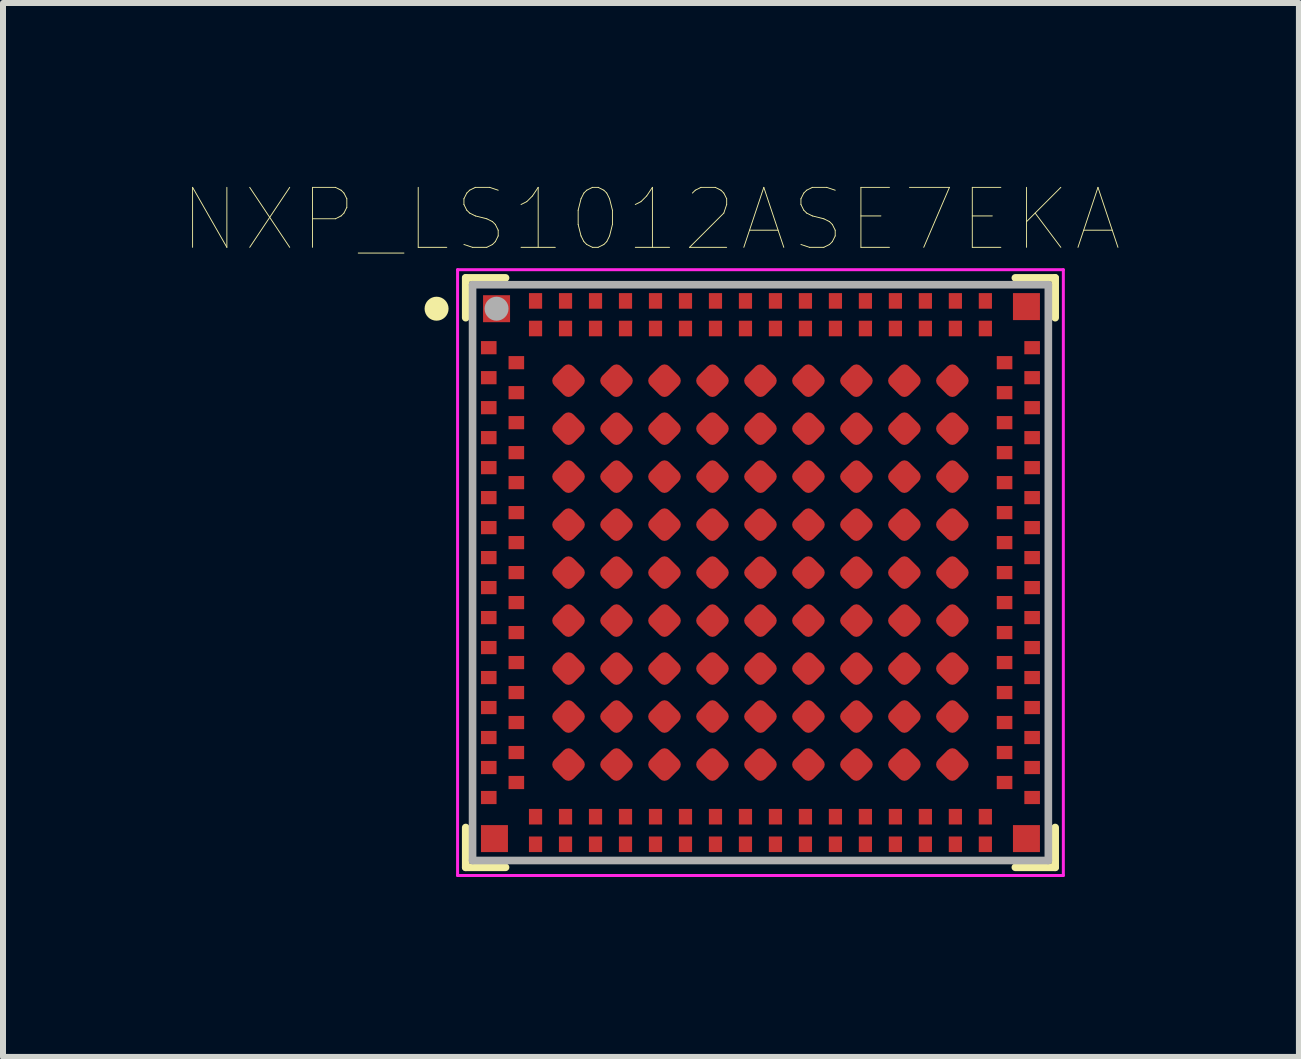
<source format=kicad_pcb>
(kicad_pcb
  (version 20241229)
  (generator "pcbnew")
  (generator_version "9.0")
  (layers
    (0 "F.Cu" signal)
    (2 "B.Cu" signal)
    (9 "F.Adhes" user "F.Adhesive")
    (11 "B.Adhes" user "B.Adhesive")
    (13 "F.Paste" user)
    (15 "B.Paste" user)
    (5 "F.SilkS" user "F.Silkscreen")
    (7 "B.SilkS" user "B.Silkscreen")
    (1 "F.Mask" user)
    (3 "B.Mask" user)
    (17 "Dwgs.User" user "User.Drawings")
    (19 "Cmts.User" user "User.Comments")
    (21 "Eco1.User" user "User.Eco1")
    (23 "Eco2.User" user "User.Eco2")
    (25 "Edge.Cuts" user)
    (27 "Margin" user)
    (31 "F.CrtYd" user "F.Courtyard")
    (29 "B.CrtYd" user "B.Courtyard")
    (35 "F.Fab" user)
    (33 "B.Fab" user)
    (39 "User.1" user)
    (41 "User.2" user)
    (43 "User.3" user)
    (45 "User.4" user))
  (footprint "NXP_LS1012ASE7EKA"
    (layer "F.Cu")
    (at 9.629 6.497)
    (property "Reference" "NXP_LS1012ASE7EKA" (at -1.825 -5.885 0) (layer "F.SilkS") (effects (font (size 1 1) (thickness 0.015))))
    (attr through_hole)
    (fp_line (start -4.914 -4.914) (end -4.25 -4.914) (stroke (width 0.127) (type solid)) (layer "F.SilkS"))
    (fp_line (start -4.914 -4.25) (end -4.914 -4.914) (stroke (width 0.127) (type solid)) (layer "F.SilkS"))
    (fp_line (start -4.914 4.25) (end -4.914 4.914) (stroke (width 0.127) (type solid)) (layer "F.SilkS"))
    (fp_line (start -4.914 4.914) (end -4.25 4.914) (stroke (width 0.127) (type solid)) (layer "F.SilkS"))
    (fp_line (start 4.25 -4.914) (end 4.914 -4.914) (stroke (width 0.127) (type solid)) (layer "F.SilkS"))
    (fp_line (start 4.914 -4.914) (end 4.914 -4.25) (stroke (width 0.127) (type solid)) (layer "F.SilkS"))
    (fp_line (start 4.914 4.25) (end 4.914 4.914) (stroke (width 0.127) (type solid)) (layer "F.SilkS"))
    (fp_line (start 4.914 4.914) (end 4.25 4.914) (stroke (width 0.127) (type solid)) (layer "F.SilkS"))
    (fp_circle (center -5.4 -4.4) (end -5.3 -4.4) (stroke (width 0.2) (type solid)) (fill no) (layer "F.SilkS"))
    (fp_line (start -5.05 -5.05) (end 5.05 -5.05) (stroke (width 0.05) (type solid)) (layer "F.CrtYd"))
    (fp_line (start -5.05 5.05) (end -5.05 -5.05) (stroke (width 0.05) (type solid)) (layer "F.CrtYd"))
    (fp_line (start 5.05 -5.05) (end 5.05 5.05) (stroke (width 0.05) (type solid)) (layer "F.CrtYd"))
    (fp_line (start 5.05 5.05) (end -5.05 5.05) (stroke (width 0.05) (type solid)) (layer "F.CrtYd"))
    (fp_line (start -4.8 -4.8) (end 4.8 -4.8) (stroke (width 0.127) (type solid)) (layer "F.Fab"))
    (fp_line (start -4.8 4.8) (end -4.8 -4.8) (stroke (width 0.127) (type solid)) (layer "F.Fab"))
    (fp_line (start 4.8 -4.8) (end 4.8 4.8) (stroke (width 0.127) (type solid)) (layer "F.Fab"))
    (fp_line (start 4.8 4.8) (end -4.8 4.8) (stroke (width 0.127) (type solid)) (layer "F.Fab"))
    (fp_circle (center -4.4 -4.4) (end -4.3 -4.4) (stroke (width 0.2) (type solid)) (fill no) (layer "F.Fab"))
    (pad "1" smd rect (at -4.4 -4.4) (size 0.45 0.45) (layers "F.Cu" "F.Mask" "F.Paste"))
    (pad "2" smd rect (at -4.53 -3.75) (size 0.26 0.22) (layers "F.Cu" "F.Mask" "F.Paste"))
    (pad "3" smd rect (at -4.53 -3.25) (size 0.26 0.22) (layers "F.Cu" "F.Mask" "F.Paste"))
    (pad "4" smd rect (at -4.53 -2.75) (size 0.26 0.22) (layers "F.Cu" "F.Mask" "F.Paste"))
    (pad "5" smd rect (at -4.53 -2.25) (size 0.26 0.22) (layers "F.Cu" "F.Mask" "F.Paste"))
    (pad "6" smd rect (at -4.53 -1.75) (size 0.26 0.22) (layers "F.Cu" "F.Mask" "F.Paste"))
    (pad "7" smd rect (at -4.53 -1.25) (size 0.26 0.22) (layers "F.Cu" "F.Mask" "F.Paste"))
    (pad "8" smd rect (at -4.53 -0.75) (size 0.26 0.22) (layers "F.Cu" "F.Mask" "F.Paste"))
    (pad "9" smd rect (at -4.53 -0.25) (size 0.26 0.22) (layers "F.Cu" "F.Mask" "F.Paste"))
    (pad "10" smd rect (at -4.53 0.25) (size 0.26 0.22) (layers "F.Cu" "F.Mask" "F.Paste"))
    (pad "11" smd rect (at -4.53 0.75) (size 0.26 0.22) (layers "F.Cu" "F.Mask" "F.Paste"))
    (pad "12" smd rect (at -4.53 1.25) (size 0.26 0.22) (layers "F.Cu" "F.Mask" "F.Paste"))
    (pad "13" smd rect (at -4.53 1.75) (size 0.26 0.22) (layers "F.Cu" "F.Mask" "F.Paste"))
    (pad "14" smd rect (at -4.53 2.25) (size 0.26 0.22) (layers "F.Cu" "F.Mask" "F.Paste"))
    (pad "15" smd rect (at -4.53 2.75) (size 0.26 0.22) (layers "F.Cu" "F.Mask" "F.Paste"))
    (pad "16" smd rect (at -4.53 3.25) (size 0.26 0.22) (layers "F.Cu" "F.Mask" "F.Paste"))
    (pad "17" smd rect (at -4.53 3.75) (size 0.26 0.22) (layers "F.Cu" "F.Mask" "F.Paste"))
    (pad "18" smd rect (at -4.435 4.435) (size 0.45 0.45) (layers "F.Cu" "F.Mask" "F.Paste"))
    (pad "19" smd rect (at -3.75 4.53) (size 0.22 0.26) (layers "F.Cu" "F.Mask" "F.Paste"))
    (pad "20" smd rect (at -3.25 4.53) (size 0.22 0.26) (layers "F.Cu" "F.Mask" "F.Paste"))
    (pad "21" smd rect (at -2.75 4.53) (size 0.22 0.26) (layers "F.Cu" "F.Mask" "F.Paste"))
    (pad "22" smd rect (at -2.25 4.53) (size 0.22 0.26) (layers "F.Cu" "F.Mask" "F.Paste"))
    (pad "23" smd rect (at -1.75 4.53) (size 0.22 0.26) (layers "F.Cu" "F.Mask" "F.Paste"))
    (pad "24" smd rect (at -1.25 4.53) (size 0.22 0.26) (layers "F.Cu" "F.Mask" "F.Paste"))
    (pad "25" smd rect (at -0.75 4.53) (size 0.22 0.26) (layers "F.Cu" "F.Mask" "F.Paste"))
    (pad "26" smd rect (at -0.25 4.53) (size 0.22 0.26) (layers "F.Cu" "F.Mask" "F.Paste"))
    (pad "27" smd rect (at 0.25 4.53) (size 0.22 0.26) (layers "F.Cu" "F.Mask" "F.Paste"))
    (pad "28" smd rect (at 0.75 4.53) (size 0.22 0.26) (layers "F.Cu" "F.Mask" "F.Paste"))
    (pad "29" smd rect (at 1.25 4.53) (size 0.22 0.26) (layers "F.Cu" "F.Mask" "F.Paste"))
    (pad "30" smd rect (at 1.75 4.53) (size 0.22 0.26) (layers "F.Cu" "F.Mask" "F.Paste"))
    (pad "31" smd rect (at 2.25 4.53) (size 0.22 0.26) (layers "F.Cu" "F.Mask" "F.Paste"))
    (pad "32" smd rect (at 2.75 4.53) (size 0.22 0.26) (layers "F.Cu" "F.Mask" "F.Paste"))
    (pad "33" smd rect (at 3.25 4.53) (size 0.22 0.26) (layers "F.Cu" "F.Mask" "F.Paste"))
    (pad "34" smd rect (at 3.75 4.53) (size 0.22 0.26) (layers "F.Cu" "F.Mask" "F.Paste"))
    (pad "35" smd rect (at 4.435 4.435) (size 0.45 0.45) (layers "F.Cu" "F.Mask" "F.Paste"))
    (pad "36" smd rect (at 4.53 3.75) (size 0.26 0.22) (layers "F.Cu" "F.Mask" "F.Paste"))
    (pad "37" smd rect (at 4.53 3.25) (size 0.26 0.22) (layers "F.Cu" "F.Mask" "F.Paste"))
    (pad "38" smd rect (at 4.53 2.75) (size 0.26 0.22) (layers "F.Cu" "F.Mask" "F.Paste"))
    (pad "39" smd rect (at 4.53 2.25) (size 0.26 0.22) (layers "F.Cu" "F.Mask" "F.Paste"))
    (pad "40" smd rect (at 4.53 1.75) (size 0.26 0.22) (layers "F.Cu" "F.Mask" "F.Paste"))
    (pad "41" smd rect (at 4.53 1.25) (size 0.26 0.22) (layers "F.Cu" "F.Mask" "F.Paste"))
    (pad "42" smd rect (at 4.53 0.75) (size 0.26 0.22) (layers "F.Cu" "F.Mask" "F.Paste"))
    (pad "43" smd rect (at 4.53 0.25) (size 0.26 0.22) (layers "F.Cu" "F.Mask" "F.Paste"))
    (pad "44" smd rect (at 4.53 -0.25) (size 0.26 0.22) (layers "F.Cu" "F.Mask" "F.Paste"))
    (pad "45" smd rect (at 4.53 -0.75) (size 0.26 0.22) (layers "F.Cu" "F.Mask" "F.Paste"))
    (pad "46" smd rect (at 4.53 -1.25) (size 0.26 0.22) (layers "F.Cu" "F.Mask" "F.Paste"))
    (pad "47" smd rect (at 4.53 -1.75) (size 0.26 0.22) (layers "F.Cu" "F.Mask" "F.Paste"))
    (pad "48" smd rect (at 4.53 -2.25) (size 0.26 0.22) (layers "F.Cu" "F.Mask" "F.Paste"))
    (pad "49" smd rect (at 4.53 -2.75) (size 0.26 0.22) (layers "F.Cu" "F.Mask" "F.Paste"))
    (pad "50" smd rect (at 4.53 -3.25) (size 0.26 0.22) (layers "F.Cu" "F.Mask" "F.Paste"))
    (pad "51" smd rect (at 4.53 -3.75) (size 0.26 0.22) (layers "F.Cu" "F.Mask" "F.Paste"))
    (pad "52" smd rect (at 4.435 -4.435) (size 0.45 0.45) (layers "F.Cu" "F.Mask" "F.Paste"))
    (pad "53" smd rect (at 3.75 -4.53) (size 0.22 0.26) (layers "F.Cu" "F.Mask" "F.Paste"))
    (pad "54" smd rect (at 3.25 -4.53) (size 0.22 0.26) (layers "F.Cu" "F.Mask" "F.Paste"))
    (pad "55" smd rect (at 2.75 -4.53) (size 0.22 0.26) (layers "F.Cu" "F.Mask" "F.Paste"))
    (pad "56" smd rect (at 2.25 -4.53) (size 0.22 0.26) (layers "F.Cu" "F.Mask" "F.Paste"))
    (pad "57" smd rect (at 1.75 -4.53) (size 0.22 0.26) (layers "F.Cu" "F.Mask" "F.Paste"))
    (pad "58" smd rect (at 1.25 -4.53) (size 0.22 0.26) (layers "F.Cu" "F.Mask" "F.Paste"))
    (pad "59" smd rect (at 0.75 -4.53) (size 0.22 0.26) (layers "F.Cu" "F.Mask" "F.Paste"))
    (pad "60" smd rect (at 0.25 -4.53) (size 0.22 0.26) (layers "F.Cu" "F.Mask" "F.Paste"))
    (pad "61" smd rect (at -0.25 -4.53) (size 0.22 0.26) (layers "F.Cu" "F.Mask" "F.Paste"))
    (pad "62" smd rect (at -0.75 -4.53) (size 0.22 0.26) (layers "F.Cu" "F.Mask" "F.Paste"))
    (pad "63" smd rect (at -1.25 -4.53) (size 0.22 0.26) (layers "F.Cu" "F.Mask" "F.Paste"))
    (pad "64" smd rect (at -1.75 -4.53) (size 0.22 0.26) (layers "F.Cu" "F.Mask" "F.Paste"))
    (pad "65" smd rect (at -2.25 -4.53) (size 0.22 0.26) (layers "F.Cu" "F.Mask" "F.Paste"))
    (pad "66" smd rect (at -2.75 -4.53) (size 0.22 0.26) (layers "F.Cu" "F.Mask" "F.Paste"))
    (pad "67" smd rect (at -3.25 -4.53) (size 0.22 0.26) (layers "F.Cu" "F.Mask" "F.Paste"))
    (pad "68" smd rect (at -3.75 -4.53) (size 0.22 0.26) (layers "F.Cu" "F.Mask" "F.Paste"))
    (pad "69" smd rect (at -4.07 -3.5) (size 0.26 0.22) (layers "F.Cu" "F.Mask" "F.Paste"))
    (pad "70" smd rect (at -4.07 -3) (size 0.26 0.22) (layers "F.Cu" "F.Mask" "F.Paste"))
    (pad "71" smd rect (at -4.07 -2.5) (size 0.26 0.22) (layers "F.Cu" "F.Mask" "F.Paste"))
    (pad "72" smd rect (at -4.07 -2) (size 0.26 0.22) (layers "F.Cu" "F.Mask" "F.Paste"))
    (pad "73" smd rect (at -4.07 -1.5) (size 0.26 0.22) (layers "F.Cu" "F.Mask" "F.Paste"))
    (pad "74" smd rect (at -4.07 -1) (size 0.26 0.22) (layers "F.Cu" "F.Mask" "F.Paste"))
    (pad "75" smd rect (at -4.07 -0.5) (size 0.26 0.22) (layers "F.Cu" "F.Mask" "F.Paste"))
    (pad "76" smd rect (at -4.07 0) (size 0.26 0.22) (layers "F.Cu" "F.Mask" "F.Paste"))
    (pad "77" smd rect (at -4.07 0.5) (size 0.26 0.22) (layers "F.Cu" "F.Mask" "F.Paste"))
    (pad "78" smd rect (at -4.07 1) (size 0.26 0.22) (layers "F.Cu" "F.Mask" "F.Paste"))
    (pad "79" smd rect (at -4.07 1.5) (size 0.26 0.22) (layers "F.Cu" "F.Mask" "F.Paste"))
    (pad "80" smd rect (at -4.07 2) (size 0.26 0.22) (layers "F.Cu" "F.Mask" "F.Paste"))
    (pad "81" smd rect (at -4.07 2.5) (size 0.26 0.22) (layers "F.Cu" "F.Mask" "F.Paste"))
    (pad "82" smd rect (at -4.07 3) (size 0.26 0.22) (layers "F.Cu" "F.Mask" "F.Paste"))
    (pad "83" smd rect (at -4.07 3.5) (size 0.26 0.22) (layers "F.Cu" "F.Mask" "F.Paste"))
    (pad "84" smd rect (at -3.75 4.07) (size 0.22 0.26) (layers "F.Cu" "F.Mask" "F.Paste"))
    (pad "85" smd rect (at -3.25 4.07) (size 0.22 0.26) (layers "F.Cu" "F.Mask" "F.Paste"))
    (pad "86" smd rect (at -2.75 4.07) (size 0.22 0.26) (layers "F.Cu" "F.Mask" "F.Paste"))
    (pad "87" smd rect (at -2.25 4.07) (size 0.22 0.26) (layers "F.Cu" "F.Mask" "F.Paste"))
    (pad "88" smd rect (at -1.75 4.07) (size 0.22 0.26) (layers "F.Cu" "F.Mask" "F.Paste"))
    (pad "89" smd rect (at -1.25 4.07) (size 0.22 0.26) (layers "F.Cu" "F.Mask" "F.Paste"))
    (pad "90" smd rect (at -0.75 4.07) (size 0.22 0.26) (layers "F.Cu" "F.Mask" "F.Paste"))
    (pad "91" smd rect (at -0.25 4.07) (size 0.22 0.26) (layers "F.Cu" "F.Mask" "F.Paste"))
    (pad "92" smd rect (at 0.25 4.07) (size 0.22 0.26) (layers "F.Cu" "F.Mask" "F.Paste"))
    (pad "93" smd rect (at 0.75 4.07) (size 0.22 0.26) (layers "F.Cu" "F.Mask" "F.Paste"))
    (pad "94" smd rect (at 1.25 4.07) (size 0.22 0.26) (layers "F.Cu" "F.Mask" "F.Paste"))
    (pad "95" smd rect (at 1.75 4.07) (size 0.22 0.26) (layers "F.Cu" "F.Mask" "F.Paste"))
    (pad "96" smd rect (at 2.25 4.07) (size 0.22 0.26) (layers "F.Cu" "F.Mask" "F.Paste"))
    (pad "97" smd rect (at 2.75 4.07) (size 0.22 0.26) (layers "F.Cu" "F.Mask" "F.Paste"))
    (pad "98" smd rect (at 3.25 4.07) (size 0.22 0.26) (layers "F.Cu" "F.Mask" "F.Paste"))
    (pad "99" smd rect (at 3.75 4.07) (size 0.22 0.26) (layers "F.Cu" "F.Mask" "F.Paste"))
    (pad "100" smd rect (at 4.07 3.5) (size 0.26 0.22) (layers "F.Cu" "F.Mask" "F.Paste"))
    (pad "101" smd rect (at 4.07 3) (size 0.26 0.22) (layers "F.Cu" "F.Mask" "F.Paste"))
    (pad "102" smd rect (at 4.07 2.5) (size 0.26 0.22) (layers "F.Cu" "F.Mask" "F.Paste"))
    (pad "103" smd rect (at 4.07 2) (size 0.26 0.22) (layers "F.Cu" "F.Mask" "F.Paste"))
    (pad "104" smd rect (at 4.07 1.5) (size 0.26 0.22) (layers "F.Cu" "F.Mask" "F.Paste"))
    (pad "105" smd rect (at 4.07 1) (size 0.26 0.22) (layers "F.Cu" "F.Mask" "F.Paste"))
    (pad "106" smd rect (at 4.07 0.5) (size 0.26 0.22) (layers "F.Cu" "F.Mask" "F.Paste"))
    (pad "107" smd rect (at 4.07 0) (size 0.26 0.22) (layers "F.Cu" "F.Mask" "F.Paste"))
    (pad "108" smd rect (at 4.07 -0.5) (size 0.26 0.22) (layers "F.Cu" "F.Mask" "F.Paste"))
    (pad "109" smd rect (at 4.07 -1) (size 0.26 0.22) (layers "F.Cu" "F.Mask" "F.Paste"))
    (pad "110" smd rect (at 4.07 -1.5) (size 0.26 0.22) (layers "F.Cu" "F.Mask" "F.Paste"))
    (pad "111" smd rect (at 4.07 -2) (size 0.26 0.22) (layers "F.Cu" "F.Mask" "F.Paste"))
    (pad "112" smd rect (at 4.07 -2.5) (size 0.26 0.22) (layers "F.Cu" "F.Mask" "F.Paste"))
    (pad "113" smd rect (at 4.07 -3) (size 0.26 0.22) (layers "F.Cu" "F.Mask" "F.Paste"))
    (pad "114" smd rect (at 4.07 -3.5) (size 0.26 0.22) (layers "F.Cu" "F.Mask" "F.Paste"))
    (pad "115" smd rect (at 3.75 -4.07) (size 0.22 0.26) (layers "F.Cu" "F.Mask" "F.Paste"))
    (pad "116" smd rect (at 3.25 -4.07) (size 0.22 0.26) (layers "F.Cu" "F.Mask" "F.Paste"))
    (pad "117" smd rect (at 2.75 -4.07) (size 0.22 0.26) (layers "F.Cu" "F.Mask" "F.Paste"))
    (pad "118" smd rect (at 2.25 -4.07) (size 0.22 0.26) (layers "F.Cu" "F.Mask" "F.Paste"))
    (pad "119" smd rect (at 1.75 -4.07) (size 0.22 0.26) (layers "F.Cu" "F.Mask" "F.Paste"))
    (pad "120" smd rect (at 1.25 -4.07) (size 0.22 0.26) (layers "F.Cu" "F.Mask" "F.Paste"))
    (pad "121" smd rect (at 0.75 -4.07) (size 0.22 0.26) (layers "F.Cu" "F.Mask" "F.Paste"))
    (pad "122" smd rect (at 0.25 -4.07) (size 0.22 0.26) (layers "F.Cu" "F.Mask" "F.Paste"))
    (pad "123" smd rect (at -0.25 -4.07) (size 0.22 0.26) (layers "F.Cu" "F.Mask" "F.Paste"))
    (pad "124" smd rect (at -0.75 -4.07) (size 0.22 0.26) (layers "F.Cu" "F.Mask" "F.Paste"))
    (pad "125" smd rect (at -1.25 -4.07) (size 0.22 0.26) (layers "F.Cu" "F.Mask" "F.Paste"))
    (pad "126" smd rect (at -1.75 -4.07) (size 0.22 0.26) (layers "F.Cu" "F.Mask" "F.Paste"))
    (pad "127" smd rect (at -2.25 -4.07) (size 0.22 0.26) (layers "F.Cu" "F.Mask" "F.Paste"))
    (pad "128" smd rect (at -2.75 -4.07) (size 0.22 0.26) (layers "F.Cu" "F.Mask" "F.Paste"))
    (pad "129" smd rect (at -3.25 -4.07) (size 0.22 0.26) (layers "F.Cu" "F.Mask" "F.Paste"))
    (pad "130" smd rect (at -3.75 -4.07) (size 0.22 0.26) (layers "F.Cu" "F.Mask" "F.Paste"))
    (pad "131" smd roundrect (at -3.2 -3.2 45) (size 0.45 0.45) (layers "F.Cu" "F.Mask" "F.Paste") (roundrect_rratio 0.25))
    (pad "132" smd roundrect (at -2.4 -3.2 45) (size 0.45 0.45) (layers "F.Cu" "F.Mask" "F.Paste") (roundrect_rratio 0.25))
    (pad "133" smd roundrect (at -1.6 -3.2 45) (size 0.45 0.45) (layers "F.Cu" "F.Mask" "F.Paste") (roundrect_rratio 0.25))
    (pad "134" smd roundrect (at -0.8 -3.2 45) (size 0.45 0.45) (layers "F.Cu" "F.Mask" "F.Paste") (roundrect_rratio 0.25))
    (pad "135" smd roundrect (at 0 -3.2 45) (size 0.45 0.45) (layers "F.Cu" "F.Mask" "F.Paste") (roundrect_rratio 0.25))
    (pad "136" smd roundrect (at 0.8 -3.2 45) (size 0.45 0.45) (layers "F.Cu" "F.Mask" "F.Paste") (roundrect_rratio 0.25))
    (pad "137" smd roundrect (at 1.6 -3.2 45) (size 0.45 0.45) (layers "F.Cu" "F.Mask" "F.Paste") (roundrect_rratio 0.25))
    (pad "138" smd roundrect (at 2.4 -3.2 45) (size 0.45 0.45) (layers "F.Cu" "F.Mask" "F.Paste") (roundrect_rratio 0.25))
    (pad "139" smd roundrect (at 3.2 -3.2 45) (size 0.45 0.45) (layers "F.Cu" "F.Mask" "F.Paste") (roundrect_rratio 0.25))
    (pad "140" smd roundrect (at -3.2 -2.4 45) (size 0.45 0.45) (layers "F.Cu" "F.Mask" "F.Paste") (roundrect_rratio 0.25))
    (pad "141" smd roundrect (at -2.4 -2.4 45) (size 0.45 0.45) (layers "F.Cu" "F.Mask" "F.Paste") (roundrect_rratio 0.25))
    (pad "142" smd roundrect (at -1.6 -2.4 45) (size 0.45 0.45) (layers "F.Cu" "F.Mask" "F.Paste") (roundrect_rratio 0.25))
    (pad "143" smd roundrect (at -0.8 -2.4 45) (size 0.45 0.45) (layers "F.Cu" "F.Mask" "F.Paste") (roundrect_rratio 0.25))
    (pad "144" smd roundrect (at 0 -2.4 45) (size 0.45 0.45) (layers "F.Cu" "F.Mask" "F.Paste") (roundrect_rratio 0.25))
    (pad "145" smd roundrect (at 0.8 -2.4 45) (size 0.45 0.45) (layers "F.Cu" "F.Mask" "F.Paste") (roundrect_rratio 0.25))
    (pad "146" smd roundrect (at 1.6 -2.4 45) (size 0.45 0.45) (layers "F.Cu" "F.Mask" "F.Paste") (roundrect_rratio 0.25))
    (pad "147" smd roundrect (at 2.4 -2.4 45) (size 0.45 0.45) (layers "F.Cu" "F.Mask" "F.Paste") (roundrect_rratio 0.25))
    (pad "148" smd roundrect (at 3.2 -2.4 45) (size 0.45 0.45) (layers "F.Cu" "F.Mask" "F.Paste") (roundrect_rratio 0.25))
    (pad "149" smd roundrect (at -3.2 -1.6 45) (size 0.45 0.45) (layers "F.Cu" "F.Mask" "F.Paste") (roundrect_rratio 0.25))
    (pad "150" smd roundrect (at -2.4 -1.6 45) (size 0.45 0.45) (layers "F.Cu" "F.Mask" "F.Paste") (roundrect_rratio 0.25))
    (pad "151" smd roundrect (at -1.6 -1.6 45) (size 0.45 0.45) (layers "F.Cu" "F.Mask" "F.Paste") (roundrect_rratio 0.25))
    (pad "152" smd roundrect (at -0.8 -1.6 45) (size 0.45 0.45) (layers "F.Cu" "F.Mask" "F.Paste") (roundrect_rratio 0.25))
    (pad "153" smd roundrect (at 0 -1.6 45) (size 0.45 0.45) (layers "F.Cu" "F.Mask" "F.Paste") (roundrect_rratio 0.25))
    (pad "154" smd roundrect (at 0.8 -1.6 45) (size 0.45 0.45) (layers "F.Cu" "F.Mask" "F.Paste") (roundrect_rratio 0.25))
    (pad "155" smd roundrect (at 1.6 -1.6 45) (size 0.45 0.45) (layers "F.Cu" "F.Mask" "F.Paste") (roundrect_rratio 0.25))
    (pad "156" smd roundrect (at 2.4 -1.6 45) (size 0.45 0.45) (layers "F.Cu" "F.Mask" "F.Paste") (roundrect_rratio 0.25))
    (pad "157" smd roundrect (at 3.2 -1.6 45) (size 0.45 0.45) (layers "F.Cu" "F.Mask" "F.Paste") (roundrect_rratio 0.25))
    (pad "158" smd roundrect (at -3.2 -0.8 45) (size 0.45 0.45) (layers "F.Cu" "F.Mask" "F.Paste") (roundrect_rratio 0.25))
    (pad "159" smd roundrect (at -2.4 -0.8 45) (size 0.45 0.45) (layers "F.Cu" "F.Mask" "F.Paste") (roundrect_rratio 0.25))
    (pad "160" smd roundrect (at -1.6 -0.8 45) (size 0.45 0.45) (layers "F.Cu" "F.Mask" "F.Paste") (roundrect_rratio 0.25))
    (pad "161" smd roundrect (at -0.8 -0.8 45) (size 0.45 0.45) (layers "F.Cu" "F.Mask" "F.Paste") (roundrect_rratio 0.25))
    (pad "162" smd roundrect (at 0 -0.8 45) (size 0.45 0.45) (layers "F.Cu" "F.Mask" "F.Paste") (roundrect_rratio 0.25))
    (pad "163" smd roundrect (at 0.8 -0.8 45) (size 0.45 0.45) (layers "F.Cu" "F.Mask" "F.Paste") (roundrect_rratio 0.25))
    (pad "164" smd roundrect (at 1.6 -0.8 45) (size 0.45 0.45) (layers "F.Cu" "F.Mask" "F.Paste") (roundrect_rratio 0.25))
    (pad "165" smd roundrect (at 2.4 -0.8 45) (size 0.45 0.45) (layers "F.Cu" "F.Mask" "F.Paste") (roundrect_rratio 0.25))
    (pad "166" smd roundrect (at 3.2 -0.8 45) (size 0.45 0.45) (layers "F.Cu" "F.Mask" "F.Paste") (roundrect_rratio 0.25))
    (pad "167" smd roundrect (at -3.2 0 45) (size 0.45 0.45) (layers "F.Cu" "F.Mask" "F.Paste") (roundrect_rratio 0.25))
    (pad "168" smd roundrect (at -2.4 0 45) (size 0.45 0.45) (layers "F.Cu" "F.Mask" "F.Paste") (roundrect_rratio 0.25))
    (pad "169" smd roundrect (at -1.6 0 45) (size 0.45 0.45) (layers "F.Cu" "F.Mask" "F.Paste") (roundrect_rratio 0.25))
    (pad "170" smd roundrect (at -0.8 0 45) (size 0.45 0.45) (layers "F.Cu" "F.Mask" "F.Paste") (roundrect_rratio 0.25))
    (pad "171" smd roundrect (at 0 0 45) (size 0.45 0.45) (layers "F.Cu" "F.Mask" "F.Paste") (roundrect_rratio 0.25))
    (pad "172" smd roundrect (at 0.8 0 45) (size 0.45 0.45) (layers "F.Cu" "F.Mask" "F.Paste") (roundrect_rratio 0.25))
    (pad "173" smd roundrect (at 1.6 0 45) (size 0.45 0.45) (layers "F.Cu" "F.Mask" "F.Paste") (roundrect_rratio 0.25))
    (pad "174" smd roundrect (at 2.4 0 45) (size 0.45 0.45) (layers "F.Cu" "F.Mask" "F.Paste") (roundrect_rratio 0.25))
    (pad "175" smd roundrect (at 3.2 0 45) (size 0.45 0.45) (layers "F.Cu" "F.Mask" "F.Paste") (roundrect_rratio 0.25))
    (pad "176" smd roundrect (at -3.2 0.8 45) (size 0.45 0.45) (layers "F.Cu" "F.Mask" "F.Paste") (roundrect_rratio 0.25))
    (pad "177" smd roundrect (at -2.4 0.8 45) (size 0.45 0.45) (layers "F.Cu" "F.Mask" "F.Paste") (roundrect_rratio 0.25))
    (pad "178" smd roundrect (at -1.6 0.8 45) (size 0.45 0.45) (layers "F.Cu" "F.Mask" "F.Paste") (roundrect_rratio 0.25))
    (pad "179" smd roundrect (at -0.8 0.8 45) (size 0.45 0.45) (layers "F.Cu" "F.Mask" "F.Paste") (roundrect_rratio 0.25))
    (pad "180" smd roundrect (at 0 0.8 45) (size 0.45 0.45) (layers "F.Cu" "F.Mask" "F.Paste") (roundrect_rratio 0.25))
    (pad "181" smd roundrect (at 0.8 0.8 45) (size 0.45 0.45) (layers "F.Cu" "F.Mask" "F.Paste") (roundrect_rratio 0.25))
    (pad "182" smd roundrect (at 1.6 0.8 45) (size 0.45 0.45) (layers "F.Cu" "F.Mask" "F.Paste") (roundrect_rratio 0.25))
    (pad "183" smd roundrect (at 2.4 0.8 45) (size 0.45 0.45) (layers "F.Cu" "F.Mask" "F.Paste") (roundrect_rratio 0.25))
    (pad "184" smd roundrect (at 3.2 0.8 45) (size 0.45 0.45) (layers "F.Cu" "F.Mask" "F.Paste") (roundrect_rratio 0.25))
    (pad "185" smd roundrect (at -3.2 1.6 45) (size 0.45 0.45) (layers "F.Cu" "F.Mask" "F.Paste") (roundrect_rratio 0.25))
    (pad "186" smd roundrect (at -2.4 1.6 45) (size 0.45 0.45) (layers "F.Cu" "F.Mask" "F.Paste") (roundrect_rratio 0.25))
    (pad "187" smd roundrect (at -1.6 1.6 45) (size 0.45 0.45) (layers "F.Cu" "F.Mask" "F.Paste") (roundrect_rratio 0.25))
    (pad "188" smd roundrect (at -0.8 1.6 45) (size 0.45 0.45) (layers "F.Cu" "F.Mask" "F.Paste") (roundrect_rratio 0.25))
    (pad "189" smd roundrect (at 0 1.6 45) (size 0.45 0.45) (layers "F.Cu" "F.Mask" "F.Paste") (roundrect_rratio 0.25))
    (pad "190" smd roundrect (at 0.8 1.6 45) (size 0.45 0.45) (layers "F.Cu" "F.Mask" "F.Paste") (roundrect_rratio 0.25))
    (pad "191" smd roundrect (at 1.6 1.6 45) (size 0.45 0.45) (layers "F.Cu" "F.Mask" "F.Paste") (roundrect_rratio 0.25))
    (pad "192" smd roundrect (at 2.4 1.6 45) (size 0.45 0.45) (layers "F.Cu" "F.Mask" "F.Paste") (roundrect_rratio 0.25))
    (pad "193" smd roundrect (at 3.2 1.6 45) (size 0.45 0.45) (layers "F.Cu" "F.Mask" "F.Paste") (roundrect_rratio 0.25))
    (pad "194" smd roundrect (at -3.2 2.4 45) (size 0.45 0.45) (layers "F.Cu" "F.Mask" "F.Paste") (roundrect_rratio 0.25))
    (pad "195" smd roundrect (at -2.4 2.4 45) (size 0.45 0.45) (layers "F.Cu" "F.Mask" "F.Paste") (roundrect_rratio 0.25))
    (pad "196" smd roundrect (at -1.6 2.4 45) (size 0.45 0.45) (layers "F.Cu" "F.Mask" "F.Paste") (roundrect_rratio 0.25))
    (pad "197" smd roundrect (at -0.8 2.4 45) (size 0.45 0.45) (layers "F.Cu" "F.Mask" "F.Paste") (roundrect_rratio 0.25))
    (pad "198" smd roundrect (at 0 2.4 45) (size 0.45 0.45) (layers "F.Cu" "F.Mask" "F.Paste") (roundrect_rratio 0.25))
    (pad "199" smd roundrect (at 0.8 2.4 45) (size 0.45 0.45) (layers "F.Cu" "F.Mask" "F.Paste") (roundrect_rratio 0.25))
    (pad "200" smd roundrect (at 1.6 2.4 45) (size 0.45 0.45) (layers "F.Cu" "F.Mask" "F.Paste") (roundrect_rratio 0.25))
    (pad "201" smd roundrect (at 2.4 2.4 45) (size 0.45 0.45) (layers "F.Cu" "F.Mask" "F.Paste") (roundrect_rratio 0.25))
    (pad "202" smd roundrect (at 3.2 2.4 45) (size 0.45 0.45) (layers "F.Cu" "F.Mask" "F.Paste") (roundrect_rratio 0.25))
    (pad "203" smd roundrect (at -3.2 3.2 45) (size 0.45 0.45) (layers "F.Cu" "F.Mask" "F.Paste") (roundrect_rratio 0.25))
    (pad "204" smd roundrect (at -2.4 3.2 45) (size 0.45 0.45) (layers "F.Cu" "F.Mask" "F.Paste") (roundrect_rratio 0.25))
    (pad "205" smd roundrect (at -1.6 3.2 45) (size 0.45 0.45) (layers "F.Cu" "F.Mask" "F.Paste") (roundrect_rratio 0.25))
    (pad "206" smd roundrect (at -0.8 3.2 45) (size 0.45 0.45) (layers "F.Cu" "F.Mask" "F.Paste") (roundrect_rratio 0.25))
    (pad "207" smd roundrect (at 0 3.2 45) (size 0.45 0.45) (layers "F.Cu" "F.Mask" "F.Paste") (roundrect_rratio 0.25))
    (pad "208" smd roundrect (at 0.8 3.2 45) (size 0.45 0.45) (layers "F.Cu" "F.Mask" "F.Paste") (roundrect_rratio 0.25))
    (pad "209" smd roundrect (at 1.6 3.2 45) (size 0.45 0.45) (layers "F.Cu" "F.Mask" "F.Paste") (roundrect_rratio 0.25))
    (pad "210" smd roundrect (at 2.4 3.2 45) (size 0.45 0.45) (layers "F.Cu" "F.Mask" "F.Paste") (roundrect_rratio 0.25))
    (pad "211" smd roundrect (at 3.2 3.2 45) (size 0.45 0.45) (layers "F.Cu" "F.Mask" "F.Paste") (roundrect_rratio 0.25)))
  (gr_rect
    (start -3 -3)
    (end 18.607 14.572)
    (stroke (width 0.1) (type default))
    (fill no)
    (layer "Edge.Cuts")))
</source>
